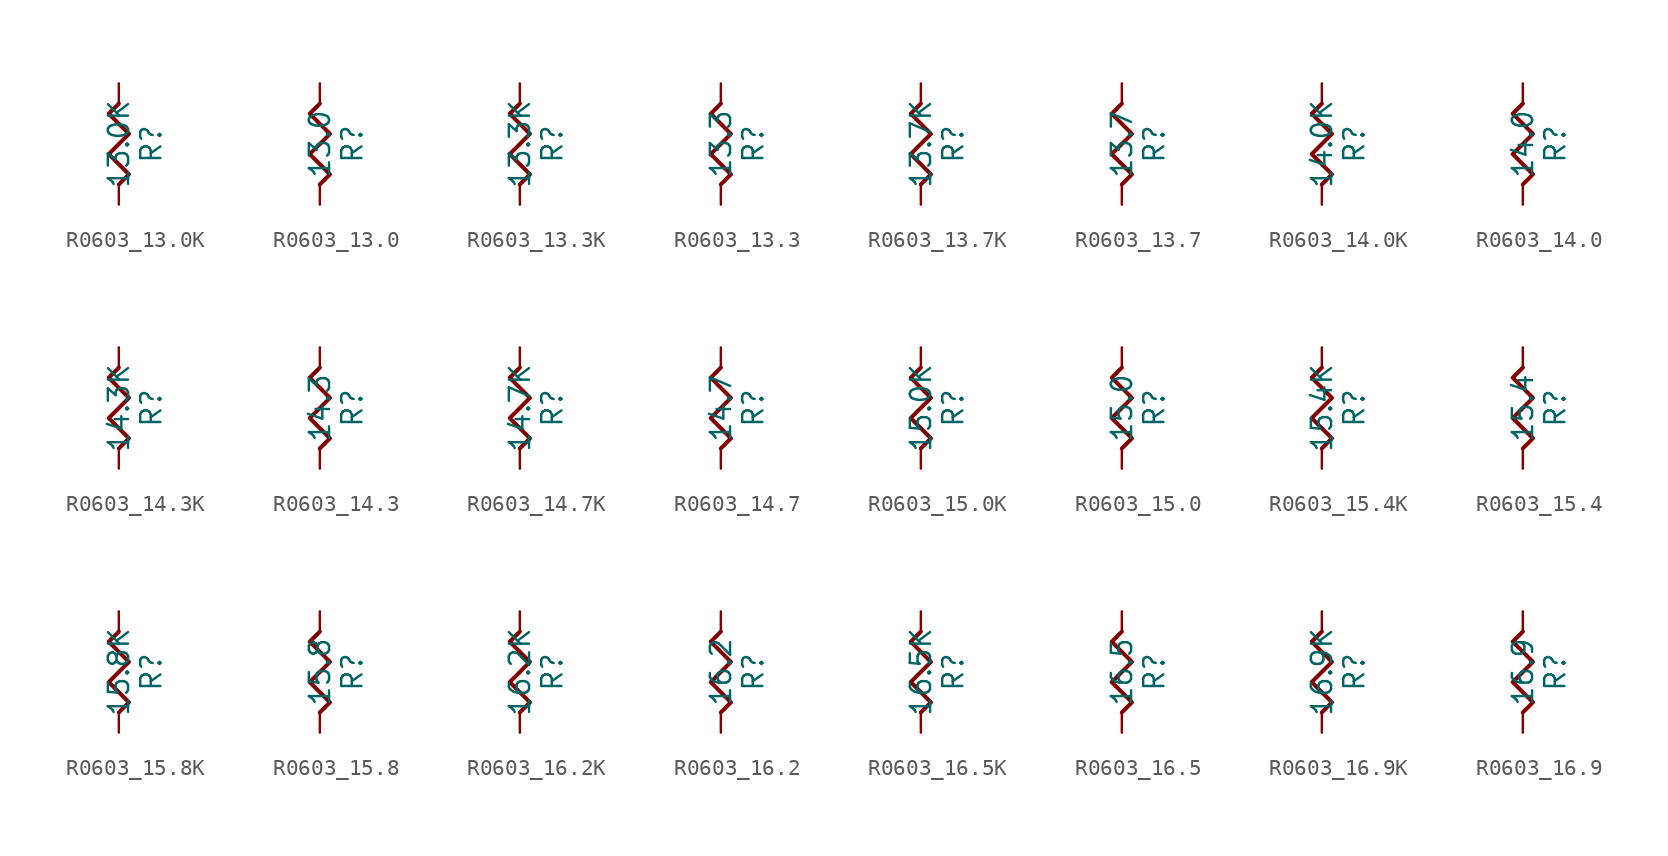
<source format=kicad_sym>
(kicad_symbol_lib
  (version 20211014)
  (generator atlantix-eda)
  (symbol "R0603_13.0K"
    (pin_numbers hide)
    (pin_names
      (offset 0))
    (property "Reference" "R"
      (at 2.032 0 90)
      (effects (font (size 1.27 1.27))))
    (property "Value" "13.0K"
      (at 0 0 90)
      (effects (font (size 1.27 1.27))))
    (symbol "R0603_13.0K_0_1"
      (polyline (pts (xy 0 -2.54) (xy 0.635 -1.905) (xy -0.635 -0.635) (xy 0.635 0.635) (xy -0.635 1.905) (xy 0 2.54)) (stroke (width 0.254) (type default) (color 0 0 0 0)) (fill (type none))))
    (symbol "R0603_13.0K_1_1"
      (pin passive line (at 0 3.81 270) (length 1.27) (name "~" (effects (font (size 1.27 1.27)))) (number "1" (effects (font (size 1.27 1.27)))))
      (pin passive line (at 0 -3.81 90) (length 1.27) (name "~" (effects (font (size 1.27 1.27)))) (number "2" (effects (font (size 1.27 1.27)))))))
  (symbol "R0603_13.0"
    (pin_numbers hide)
    (pin_names
      (offset 0))
    (property "Reference" "R"
      (at 2.032 0 90)
      (effects (font (size 1.27 1.27))))
    (property "Value" "13.0"
      (at 0 0 90)
      (effects (font (size 1.27 1.27))))
    (symbol "R0603_13.0_0_1"
      (polyline (pts (xy 0 -2.54) (xy 0.635 -1.905) (xy -0.635 -0.635) (xy 0.635 0.635) (xy -0.635 1.905) (xy 0 2.54)) (stroke (width 0.254) (type default) (color 0 0 0 0)) (fill (type none))))
    (symbol "R0603_13.0_1_1"
      (pin passive line (at 0 3.81 270) (length 1.27) (name "~" (effects (font (size 1.27 1.27)))) (number "1" (effects (font (size 1.27 1.27)))))
      (pin passive line (at 0 -3.81 90) (length 1.27) (name "~" (effects (font (size 1.27 1.27)))) (number "2" (effects (font (size 1.27 1.27)))))))
  (symbol "R0603_13.3K"
    (pin_numbers hide)
    (pin_names
      (offset 0))
    (property "Reference" "R"
      (at 2.032 0 90)
      (effects (font (size 1.27 1.27))))
    (property "Value" "13.3K"
      (at 0 0 90)
      (effects (font (size 1.27 1.27))))
    (symbol "R0603_13.3K_0_1"
      (polyline (pts (xy 0 -2.54) (xy 0.635 -1.905) (xy -0.635 -0.635) (xy 0.635 0.635) (xy -0.635 1.905) (xy 0 2.54)) (stroke (width 0.254) (type default) (color 0 0 0 0)) (fill (type none))))
    (symbol "R0603_13.3K_1_1"
      (pin passive line (at 0 3.81 270) (length 1.27) (name "~" (effects (font (size 1.27 1.27)))) (number "1" (effects (font (size 1.27 1.27)))))
      (pin passive line (at 0 -3.81 90) (length 1.27) (name "~" (effects (font (size 1.27 1.27)))) (number "2" (effects (font (size 1.27 1.27)))))))
  (symbol "R0603_13.3"
    (pin_numbers hide)
    (pin_names
      (offset 0))
    (property "Reference" "R"
      (at 2.032 0 90)
      (effects (font (size 1.27 1.27))))
    (property "Value" "13.3"
      (at 0 0 90)
      (effects (font (size 1.27 1.27))))
    (symbol "R0603_13.3_0_1"
      (polyline (pts (xy 0 -2.54) (xy 0.635 -1.905) (xy -0.635 -0.635) (xy 0.635 0.635) (xy -0.635 1.905) (xy 0 2.54)) (stroke (width 0.254) (type default) (color 0 0 0 0)) (fill (type none))))
    (symbol "R0603_13.3_1_1"
      (pin passive line (at 0 3.81 270) (length 1.27) (name "~" (effects (font (size 1.27 1.27)))) (number "1" (effects (font (size 1.27 1.27)))))
      (pin passive line (at 0 -3.81 90) (length 1.27) (name "~" (effects (font (size 1.27 1.27)))) (number "2" (effects (font (size 1.27 1.27)))))))
  (symbol "R0603_13.7K"
    (pin_numbers hide)
    (pin_names
      (offset 0))
    (property "Reference" "R"
      (at 2.032 0 90)
      (effects (font (size 1.27 1.27))))
    (property "Value" "13.7K"
      (at 0 0 90)
      (effects (font (size 1.27 1.27))))
    (symbol "R0603_13.7K_0_1"
      (polyline (pts (xy 0 -2.54) (xy 0.635 -1.905) (xy -0.635 -0.635) (xy 0.635 0.635) (xy -0.635 1.905) (xy 0 2.54)) (stroke (width 0.254) (type default) (color 0 0 0 0)) (fill (type none))))
    (symbol "R0603_13.7K_1_1"
      (pin passive line (at 0 3.81 270) (length 1.27) (name "~" (effects (font (size 1.27 1.27)))) (number "1" (effects (font (size 1.27 1.27)))))
      (pin passive line (at 0 -3.81 90) (length 1.27) (name "~" (effects (font (size 1.27 1.27)))) (number "2" (effects (font (size 1.27 1.27)))))))
  (symbol "R0603_13.7"
    (pin_numbers hide)
    (pin_names
      (offset 0))
    (property "Reference" "R"
      (at 2.032 0 90)
      (effects (font (size 1.27 1.27))))
    (property "Value" "13.7"
      (at 0 0 90)
      (effects (font (size 1.27 1.27))))
    (symbol "R0603_13.7_0_1"
      (polyline (pts (xy 0 -2.54) (xy 0.635 -1.905) (xy -0.635 -0.635) (xy 0.635 0.635) (xy -0.635 1.905) (xy 0 2.54)) (stroke (width 0.254) (type default) (color 0 0 0 0)) (fill (type none))))
    (symbol "R0603_13.7_1_1"
      (pin passive line (at 0 3.81 270) (length 1.27) (name "~" (effects (font (size 1.27 1.27)))) (number "1" (effects (font (size 1.27 1.27)))))
      (pin passive line (at 0 -3.81 90) (length 1.27) (name "~" (effects (font (size 1.27 1.27)))) (number "2" (effects (font (size 1.27 1.27)))))))
  (symbol "R0603_14.0K"
    (pin_numbers hide)
    (pin_names
      (offset 0))
    (property "Reference" "R"
      (at 2.032 0 90)
      (effects (font (size 1.27 1.27))))
    (property "Value" "14.0K"
      (at 0 0 90)
      (effects (font (size 1.27 1.27))))
    (symbol "R0603_14.0K_0_1"
      (polyline (pts (xy 0 -2.54) (xy 0.635 -1.905) (xy -0.635 -0.635) (xy 0.635 0.635) (xy -0.635 1.905) (xy 0 2.54)) (stroke (width 0.254) (type default) (color 0 0 0 0)) (fill (type none))))
    (symbol "R0603_14.0K_1_1"
      (pin passive line (at 0 3.81 270) (length 1.27) (name "~" (effects (font (size 1.27 1.27)))) (number "1" (effects (font (size 1.27 1.27)))))
      (pin passive line (at 0 -3.81 90) (length 1.27) (name "~" (effects (font (size 1.27 1.27)))) (number "2" (effects (font (size 1.27 1.27)))))))
  (symbol "R0603_14.0"
    (pin_numbers hide)
    (pin_names
      (offset 0))
    (property "Reference" "R"
      (at 2.032 0 90)
      (effects (font (size 1.27 1.27))))
    (property "Value" "14.0"
      (at 0 0 90)
      (effects (font (size 1.27 1.27))))
    (symbol "R0603_14.0_0_1"
      (polyline (pts (xy 0 -2.54) (xy 0.635 -1.905) (xy -0.635 -0.635) (xy 0.635 0.635) (xy -0.635 1.905) (xy 0 2.54)) (stroke (width 0.254) (type default) (color 0 0 0 0)) (fill (type none))))
    (symbol "R0603_14.0_1_1"
      (pin passive line (at 0 3.81 270) (length 1.27) (name "~" (effects (font (size 1.27 1.27)))) (number "1" (effects (font (size 1.27 1.27)))))
      (pin passive line (at 0 -3.81 90) (length 1.27) (name "~" (effects (font (size 1.27 1.27)))) (number "2" (effects (font (size 1.27 1.27)))))))
  (symbol "R0603_14.3K"
    (pin_numbers hide)
    (pin_names
      (offset 0))
    (property "Reference" "R"
      (at 2.032 0 90)
      (effects (font (size 1.27 1.27))))
    (property "Value" "14.3K"
      (at 0 0 90)
      (effects (font (size 1.27 1.27))))
    (symbol "R0603_14.3K_0_1"
      (polyline (pts (xy 0 -2.54) (xy 0.635 -1.905) (xy -0.635 -0.635) (xy 0.635 0.635) (xy -0.635 1.905) (xy 0 2.54)) (stroke (width 0.254) (type default) (color 0 0 0 0)) (fill (type none))))
    (symbol "R0603_14.3K_1_1"
      (pin passive line (at 0 3.81 270) (length 1.27) (name "~" (effects (font (size 1.27 1.27)))) (number "1" (effects (font (size 1.27 1.27)))))
      (pin passive line (at 0 -3.81 90) (length 1.27) (name "~" (effects (font (size 1.27 1.27)))) (number "2" (effects (font (size 1.27 1.27)))))))
  (symbol "R0603_14.3"
    (pin_numbers hide)
    (pin_names
      (offset 0))
    (property "Reference" "R"
      (at 2.032 0 90)
      (effects (font (size 1.27 1.27))))
    (property "Value" "14.3"
      (at 0 0 90)
      (effects (font (size 1.27 1.27))))
    (symbol "R0603_14.3_0_1"
      (polyline (pts (xy 0 -2.54) (xy 0.635 -1.905) (xy -0.635 -0.635) (xy 0.635 0.635) (xy -0.635 1.905) (xy 0 2.54)) (stroke (width 0.254) (type default) (color 0 0 0 0)) (fill (type none))))
    (symbol "R0603_14.3_1_1"
      (pin passive line (at 0 3.81 270) (length 1.27) (name "~" (effects (font (size 1.27 1.27)))) (number "1" (effects (font (size 1.27 1.27)))))
      (pin passive line (at 0 -3.81 90) (length 1.27) (name "~" (effects (font (size 1.27 1.27)))) (number "2" (effects (font (size 1.27 1.27)))))))
  (symbol "R0603_14.7K"
    (pin_numbers hide)
    (pin_names
      (offset 0))
    (property "Reference" "R"
      (at 2.032 0 90)
      (effects (font (size 1.27 1.27))))
    (property "Value" "14.7K"
      (at 0 0 90)
      (effects (font (size 1.27 1.27))))
    (symbol "R0603_14.7K_0_1"
      (polyline (pts (xy 0 -2.54) (xy 0.635 -1.905) (xy -0.635 -0.635) (xy 0.635 0.635) (xy -0.635 1.905) (xy 0 2.54)) (stroke (width 0.254) (type default) (color 0 0 0 0)) (fill (type none))))
    (symbol "R0603_14.7K_1_1"
      (pin passive line (at 0 3.81 270) (length 1.27) (name "~" (effects (font (size 1.27 1.27)))) (number "1" (effects (font (size 1.27 1.27)))))
      (pin passive line (at 0 -3.81 90) (length 1.27) (name "~" (effects (font (size 1.27 1.27)))) (number "2" (effects (font (size 1.27 1.27)))))))
  (symbol "R0603_14.7"
    (pin_numbers hide)
    (pin_names
      (offset 0))
    (property "Reference" "R"
      (at 2.032 0 90)
      (effects (font (size 1.27 1.27))))
    (property "Value" "14.7"
      (at 0 0 90)
      (effects (font (size 1.27 1.27))))
    (symbol "R0603_14.7_0_1"
      (polyline (pts (xy 0 -2.54) (xy 0.635 -1.905) (xy -0.635 -0.635) (xy 0.635 0.635) (xy -0.635 1.905) (xy 0 2.54)) (stroke (width 0.254) (type default) (color 0 0 0 0)) (fill (type none))))
    (symbol "R0603_14.7_1_1"
      (pin passive line (at 0 3.81 270) (length 1.27) (name "~" (effects (font (size 1.27 1.27)))) (number "1" (effects (font (size 1.27 1.27)))))
      (pin passive line (at 0 -3.81 90) (length 1.27) (name "~" (effects (font (size 1.27 1.27)))) (number "2" (effects (font (size 1.27 1.27)))))))
  (symbol "R0603_15.0K"
    (pin_numbers hide)
    (pin_names
      (offset 0))
    (property "Reference" "R"
      (at 2.032 0 90)
      (effects (font (size 1.27 1.27))))
    (property "Value" "15.0K"
      (at 0 0 90)
      (effects (font (size 1.27 1.27))))
    (symbol "R0603_15.0K_0_1"
      (polyline (pts (xy 0 -2.54) (xy 0.635 -1.905) (xy -0.635 -0.635) (xy 0.635 0.635) (xy -0.635 1.905) (xy 0 2.54)) (stroke (width 0.254) (type default) (color 0 0 0 0)) (fill (type none))))
    (symbol "R0603_15.0K_1_1"
      (pin passive line (at 0 3.81 270) (length 1.27) (name "~" (effects (font (size 1.27 1.27)))) (number "1" (effects (font (size 1.27 1.27)))))
      (pin passive line (at 0 -3.81 90) (length 1.27) (name "~" (effects (font (size 1.27 1.27)))) (number "2" (effects (font (size 1.27 1.27)))))))
  (symbol "R0603_15.0"
    (pin_numbers hide)
    (pin_names
      (offset 0))
    (property "Reference" "R"
      (at 2.032 0 90)
      (effects (font (size 1.27 1.27))))
    (property "Value" "15.0"
      (at 0 0 90)
      (effects (font (size 1.27 1.27))))
    (symbol "R0603_15.0_0_1"
      (polyline (pts (xy 0 -2.54) (xy 0.635 -1.905) (xy -0.635 -0.635) (xy 0.635 0.635) (xy -0.635 1.905) (xy 0 2.54)) (stroke (width 0.254) (type default) (color 0 0 0 0)) (fill (type none))))
    (symbol "R0603_15.0_1_1"
      (pin passive line (at 0 3.81 270) (length 1.27) (name "~" (effects (font (size 1.27 1.27)))) (number "1" (effects (font (size 1.27 1.27)))))
      (pin passive line (at 0 -3.81 90) (length 1.27) (name "~" (effects (font (size 1.27 1.27)))) (number "2" (effects (font (size 1.27 1.27)))))))
  (symbol "R0603_15.4K"
    (pin_numbers hide)
    (pin_names
      (offset 0))
    (property "Reference" "R"
      (at 2.032 0 90)
      (effects (font (size 1.27 1.27))))
    (property "Value" "15.4K"
      (at 0 0 90)
      (effects (font (size 1.27 1.27))))
    (symbol "R0603_15.4K_0_1"
      (polyline (pts (xy 0 -2.54) (xy 0.635 -1.905) (xy -0.635 -0.635) (xy 0.635 0.635) (xy -0.635 1.905) (xy 0 2.54)) (stroke (width 0.254) (type default) (color 0 0 0 0)) (fill (type none))))
    (symbol "R0603_15.4K_1_1"
      (pin passive line (at 0 3.81 270) (length 1.27) (name "~" (effects (font (size 1.27 1.27)))) (number "1" (effects (font (size 1.27 1.27)))))
      (pin passive line (at 0 -3.81 90) (length 1.27) (name "~" (effects (font (size 1.27 1.27)))) (number "2" (effects (font (size 1.27 1.27)))))))
  (symbol "R0603_15.4"
    (pin_numbers hide)
    (pin_names
      (offset 0))
    (property "Reference" "R"
      (at 2.032 0 90)
      (effects (font (size 1.27 1.27))))
    (property "Value" "15.4"
      (at 0 0 90)
      (effects (font (size 1.27 1.27))))
    (symbol "R0603_15.4_0_1"
      (polyline (pts (xy 0 -2.54) (xy 0.635 -1.905) (xy -0.635 -0.635) (xy 0.635 0.635) (xy -0.635 1.905) (xy 0 2.54)) (stroke (width 0.254) (type default) (color 0 0 0 0)) (fill (type none))))
    (symbol "R0603_15.4_1_1"
      (pin passive line (at 0 3.81 270) (length 1.27) (name "~" (effects (font (size 1.27 1.27)))) (number "1" (effects (font (size 1.27 1.27)))))
      (pin passive line (at 0 -3.81 90) (length 1.27) (name "~" (effects (font (size 1.27 1.27)))) (number "2" (effects (font (size 1.27 1.27)))))))
  (symbol "R0603_15.8K"
    (pin_numbers hide)
    (pin_names
      (offset 0))
    (property "Reference" "R"
      (at 2.032 0 90)
      (effects (font (size 1.27 1.27))))
    (property "Value" "15.8K"
      (at 0 0 90)
      (effects (font (size 1.27 1.27))))
    (symbol "R0603_15.8K_0_1"
      (polyline (pts (xy 0 -2.54) (xy 0.635 -1.905) (xy -0.635 -0.635) (xy 0.635 0.635) (xy -0.635 1.905) (xy 0 2.54)) (stroke (width 0.254) (type default) (color 0 0 0 0)) (fill (type none))))
    (symbol "R0603_15.8K_1_1"
      (pin passive line (at 0 3.81 270) (length 1.27) (name "~" (effects (font (size 1.27 1.27)))) (number "1" (effects (font (size 1.27 1.27)))))
      (pin passive line (at 0 -3.81 90) (length 1.27) (name "~" (effects (font (size 1.27 1.27)))) (number "2" (effects (font (size 1.27 1.27)))))))
  (symbol "R0603_15.8"
    (pin_numbers hide)
    (pin_names
      (offset 0))
    (property "Reference" "R"
      (at 2.032 0 90)
      (effects (font (size 1.27 1.27))))
    (property "Value" "15.8"
      (at 0 0 90)
      (effects (font (size 1.27 1.27))))
    (symbol "R0603_15.8_0_1"
      (polyline (pts (xy 0 -2.54) (xy 0.635 -1.905) (xy -0.635 -0.635) (xy 0.635 0.635) (xy -0.635 1.905) (xy 0 2.54)) (stroke (width 0.254) (type default) (color 0 0 0 0)) (fill (type none))))
    (symbol "R0603_15.8_1_1"
      (pin passive line (at 0 3.81 270) (length 1.27) (name "~" (effects (font (size 1.27 1.27)))) (number "1" (effects (font (size 1.27 1.27)))))
      (pin passive line (at 0 -3.81 90) (length 1.27) (name "~" (effects (font (size 1.27 1.27)))) (number "2" (effects (font (size 1.27 1.27)))))))
  (symbol "R0603_16.2K"
    (pin_numbers hide)
    (pin_names
      (offset 0))
    (property "Reference" "R"
      (at 2.032 0 90)
      (effects (font (size 1.27 1.27))))
    (property "Value" "16.2K"
      (at 0 0 90)
      (effects (font (size 1.27 1.27))))
    (symbol "R0603_16.2K_0_1"
      (polyline (pts (xy 0 -2.54) (xy 0.635 -1.905) (xy -0.635 -0.635) (xy 0.635 0.635) (xy -0.635 1.905) (xy 0 2.54)) (stroke (width 0.254) (type default) (color 0 0 0 0)) (fill (type none))))
    (symbol "R0603_16.2K_1_1"
      (pin passive line (at 0 3.81 270) (length 1.27) (name "~" (effects (font (size 1.27 1.27)))) (number "1" (effects (font (size 1.27 1.27)))))
      (pin passive line (at 0 -3.81 90) (length 1.27) (name "~" (effects (font (size 1.27 1.27)))) (number "2" (effects (font (size 1.27 1.27)))))))
  (symbol "R0603_16.2"
    (pin_numbers hide)
    (pin_names
      (offset 0))
    (property "Reference" "R"
      (at 2.032 0 90)
      (effects (font (size 1.27 1.27))))
    (property "Value" "16.2"
      (at 0 0 90)
      (effects (font (size 1.27 1.27))))
    (symbol "R0603_16.2_0_1"
      (polyline (pts (xy 0 -2.54) (xy 0.635 -1.905) (xy -0.635 -0.635) (xy 0.635 0.635) (xy -0.635 1.905) (xy 0 2.54)) (stroke (width 0.254) (type default) (color 0 0 0 0)) (fill (type none))))
    (symbol "R0603_16.2_1_1"
      (pin passive line (at 0 3.81 270) (length 1.27) (name "~" (effects (font (size 1.27 1.27)))) (number "1" (effects (font (size 1.27 1.27)))))
      (pin passive line (at 0 -3.81 90) (length 1.27) (name "~" (effects (font (size 1.27 1.27)))) (number "2" (effects (font (size 1.27 1.27)))))))
  (symbol "R0603_16.5K"
    (pin_numbers hide)
    (pin_names
      (offset 0))
    (property "Reference" "R"
      (at 2.032 0 90)
      (effects (font (size 1.27 1.27))))
    (property "Value" "16.5K"
      (at 0 0 90)
      (effects (font (size 1.27 1.27))))
    (symbol "R0603_16.5K_0_1"
      (polyline (pts (xy 0 -2.54) (xy 0.635 -1.905) (xy -0.635 -0.635) (xy 0.635 0.635) (xy -0.635 1.905) (xy 0 2.54)) (stroke (width 0.254) (type default) (color 0 0 0 0)) (fill (type none))))
    (symbol "R0603_16.5K_1_1"
      (pin passive line (at 0 3.81 270) (length 1.27) (name "~" (effects (font (size 1.27 1.27)))) (number "1" (effects (font (size 1.27 1.27)))))
      (pin passive line (at 0 -3.81 90) (length 1.27) (name "~" (effects (font (size 1.27 1.27)))) (number "2" (effects (font (size 1.27 1.27)))))))
  (symbol "R0603_16.5"
    (pin_numbers hide)
    (pin_names
      (offset 0))
    (property "Reference" "R"
      (at 2.032 0 90)
      (effects (font (size 1.27 1.27))))
    (property "Value" "16.5"
      (at 0 0 90)
      (effects (font (size 1.27 1.27))))
    (symbol "R0603_16.5_0_1"
      (polyline (pts (xy 0 -2.54) (xy 0.635 -1.905) (xy -0.635 -0.635) (xy 0.635 0.635) (xy -0.635 1.905) (xy 0 2.54)) (stroke (width 0.254) (type default) (color 0 0 0 0)) (fill (type none))))
    (symbol "R0603_16.5_1_1"
      (pin passive line (at 0 3.81 270) (length 1.27) (name "~" (effects (font (size 1.27 1.27)))) (number "1" (effects (font (size 1.27 1.27)))))
      (pin passive line (at 0 -3.81 90) (length 1.27) (name "~" (effects (font (size 1.27 1.27)))) (number "2" (effects (font (size 1.27 1.27)))))))
  (symbol "R0603_16.9K"
    (pin_numbers hide)
    (pin_names
      (offset 0))
    (property "Reference" "R"
      (at 2.032 0 90)
      (effects (font (size 1.27 1.27))))
    (property "Value" "16.9K"
      (at 0 0 90)
      (effects (font (size 1.27 1.27))))
    (symbol "R0603_16.9K_0_1"
      (polyline (pts (xy 0 -2.54) (xy 0.635 -1.905) (xy -0.635 -0.635) (xy 0.635 0.635) (xy -0.635 1.905) (xy 0 2.54)) (stroke (width 0.254) (type default) (color 0 0 0 0)) (fill (type none))))
    (symbol "R0603_16.9K_1_1"
      (pin passive line (at 0 3.81 270) (length 1.27) (name "~" (effects (font (size 1.27 1.27)))) (number "1" (effects (font (size 1.27 1.27)))))
      (pin passive line (at 0 -3.81 90) (length 1.27) (name "~" (effects (font (size 1.27 1.27)))) (number "2" (effects (font (size 1.27 1.27)))))))
  (symbol "R0603_16.9"
    (pin_numbers hide)
    (pin_names
      (offset 0))
    (property "Reference" "R"
      (at 2.032 0 90)
      (effects (font (size 1.27 1.27))))
    (property "Value" "16.9"
      (at 0 0 90)
      (effects (font (size 1.27 1.27))))
    (symbol "R0603_16.9_0_1"
      (polyline (pts (xy 0 -2.54) (xy 0.635 -1.905) (xy -0.635 -0.635) (xy 0.635 0.635) (xy -0.635 1.905) (xy 0 2.54)) (stroke (width 0.254) (type default) (color 0 0 0 0)) (fill (type none))))
    (symbol "R0603_16.9_1_1"
      (pin passive line (at 0 3.81 270) (length 1.27) (name "~" (effects (font (size 1.27 1.27)))) (number "1" (effects (font (size 1.27 1.27)))))
      (pin passive line (at 0 -3.81 90) (length 1.27) (name "~" (effects (font (size 1.27 1.27)))) (number "2" (effects (font (size 1.27 1.27))))))))
</source>
